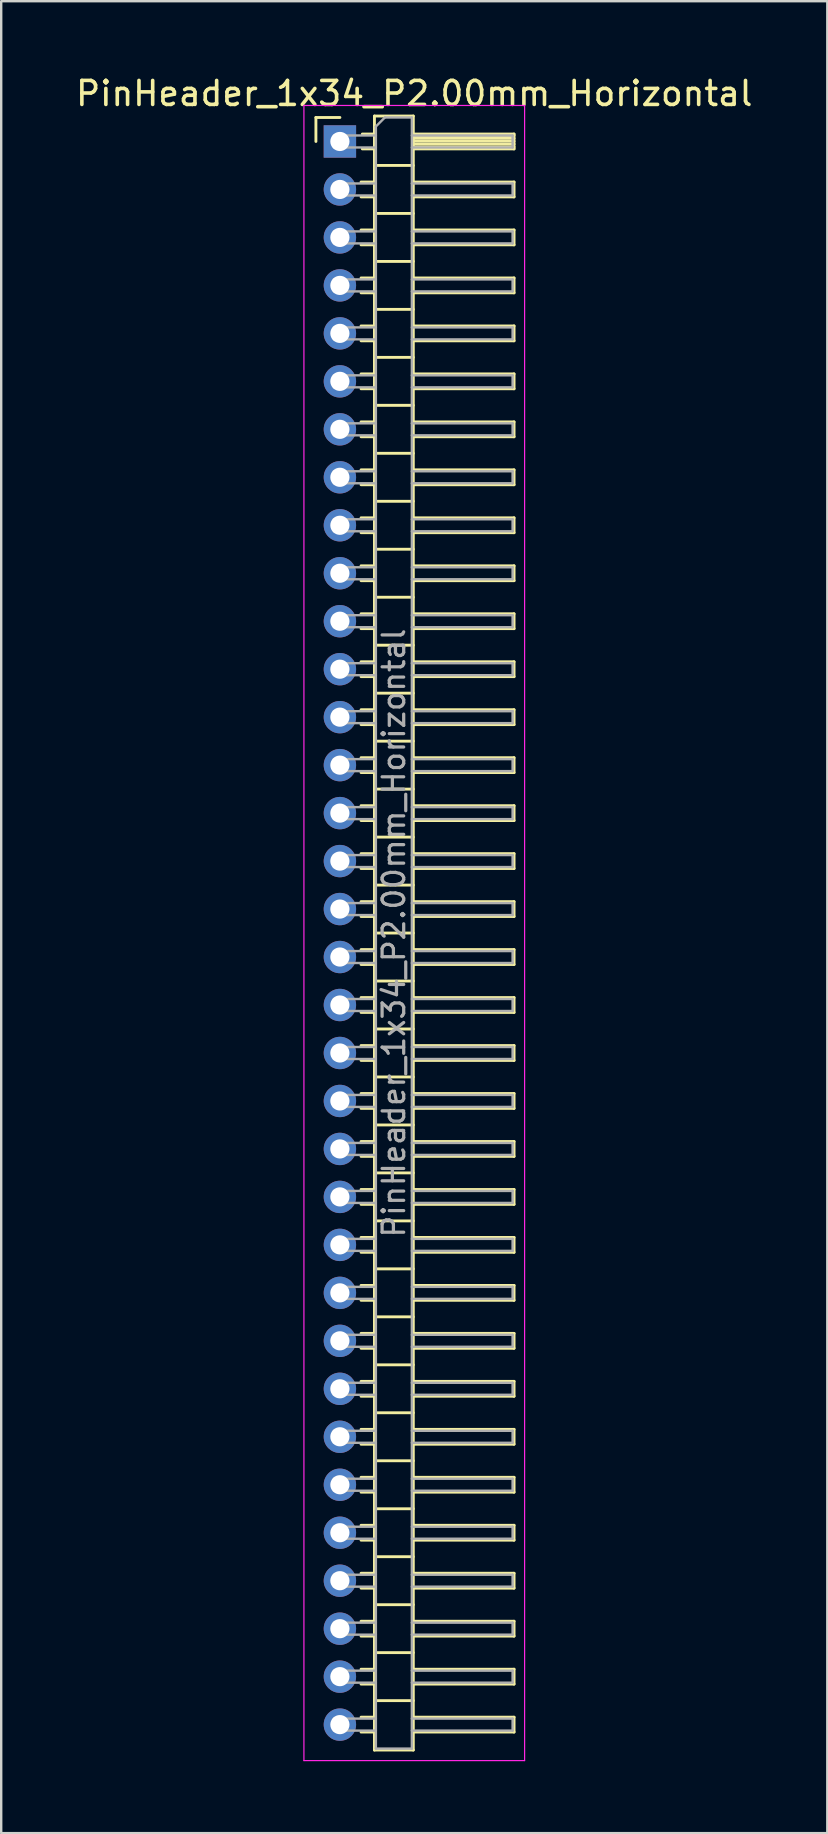
<source format=kicad_pcb>
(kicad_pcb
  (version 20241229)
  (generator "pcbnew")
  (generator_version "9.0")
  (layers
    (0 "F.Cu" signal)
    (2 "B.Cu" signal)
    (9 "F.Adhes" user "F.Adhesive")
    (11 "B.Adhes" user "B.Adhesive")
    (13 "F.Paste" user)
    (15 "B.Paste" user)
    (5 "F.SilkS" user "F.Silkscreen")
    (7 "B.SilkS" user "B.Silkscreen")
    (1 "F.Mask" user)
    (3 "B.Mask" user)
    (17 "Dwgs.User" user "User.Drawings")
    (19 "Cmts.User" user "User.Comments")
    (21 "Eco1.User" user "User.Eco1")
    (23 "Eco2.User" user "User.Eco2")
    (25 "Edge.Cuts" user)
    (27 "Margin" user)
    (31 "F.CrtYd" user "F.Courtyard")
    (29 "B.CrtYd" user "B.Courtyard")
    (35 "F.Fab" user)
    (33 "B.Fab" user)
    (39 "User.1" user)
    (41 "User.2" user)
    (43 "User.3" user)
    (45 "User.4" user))
  (footprint "PinHeader_1x34_P2.00mm_Horizontal"
    (layer "F.Cu")
    (at 11.12 2.848)
    (property "Reference" "PinHeader_1x34_P2.00mm_Horizontal" (at 3.1 -2 0) (layer "F.SilkS") (effects (font (size 1 1) (thickness 0.15))))
    (attr through_hole)
    (fp_line (start -1 -1) (end 0 -1) (stroke (width 0.12) (type solid)) (layer "F.SilkS"))
    (fp_line (start -1 0) (end -1 -1) (stroke (width 0.12) (type solid)) (layer "F.SilkS"))
    (fp_line (start 0.882 1.69) (end 1.44 1.69) (stroke (width 0.12) (type solid)) (layer "F.SilkS"))
    (fp_line (start 0.882 2.31) (end 1.44 2.31) (stroke (width 0.12) (type solid)) (layer "F.SilkS"))
    (fp_line (start 0.882 3.69) (end 1.44 3.69) (stroke (width 0.12) (type solid)) (layer "F.SilkS"))
    (fp_line (start 0.882 4.31) (end 1.44 4.31) (stroke (width 0.12) (type solid)) (layer "F.SilkS"))
    (fp_line (start 0.882 5.69) (end 1.44 5.69) (stroke (width 0.12) (type solid)) (layer "F.SilkS"))
    (fp_line (start 0.882 6.31) (end 1.44 6.31) (stroke (width 0.12) (type solid)) (layer "F.SilkS"))
    (fp_line (start 0.882 7.69) (end 1.44 7.69) (stroke (width 0.12) (type solid)) (layer "F.SilkS"))
    (fp_line (start 0.882 8.31) (end 1.44 8.31) (stroke (width 0.12) (type solid)) (layer "F.SilkS"))
    (fp_line (start 0.882 9.69) (end 1.44 9.69) (stroke (width 0.12) (type solid)) (layer "F.SilkS"))
    (fp_line (start 0.882 10.31) (end 1.44 10.31) (stroke (width 0.12) (type solid)) (layer "F.SilkS"))
    (fp_line (start 0.882 11.69) (end 1.44 11.69) (stroke (width 0.12) (type solid)) (layer "F.SilkS"))
    (fp_line (start 0.882 12.31) (end 1.44 12.31) (stroke (width 0.12) (type solid)) (layer "F.SilkS"))
    (fp_line (start 0.882 13.69) (end 1.44 13.69) (stroke (width 0.12) (type solid)) (layer "F.SilkS"))
    (fp_line (start 0.882 14.31) (end 1.44 14.31) (stroke (width 0.12) (type solid)) (layer "F.SilkS"))
    (fp_line (start 0.882 15.69) (end 1.44 15.69) (stroke (width 0.12) (type solid)) (layer "F.SilkS"))
    (fp_line (start 0.882 16.31) (end 1.44 16.31) (stroke (width 0.12) (type solid)) (layer "F.SilkS"))
    (fp_line (start 0.882 17.69) (end 1.44 17.69) (stroke (width 0.12) (type solid)) (layer "F.SilkS"))
    (fp_line (start 0.882 18.31) (end 1.44 18.31) (stroke (width 0.12) (type solid)) (layer "F.SilkS"))
    (fp_line (start 0.882 19.69) (end 1.44 19.69) (stroke (width 0.12) (type solid)) (layer "F.SilkS"))
    (fp_line (start 0.882 20.31) (end 1.44 20.31) (stroke (width 0.12) (type solid)) (layer "F.SilkS"))
    (fp_line (start 0.882 21.69) (end 1.44 21.69) (stroke (width 0.12) (type solid)) (layer "F.SilkS"))
    (fp_line (start 0.882 22.31) (end 1.44 22.31) (stroke (width 0.12) (type solid)) (layer "F.SilkS"))
    (fp_line (start 0.882 23.69) (end 1.44 23.69) (stroke (width 0.12) (type solid)) (layer "F.SilkS"))
    (fp_line (start 0.882 24.31) (end 1.44 24.31) (stroke (width 0.12) (type solid)) (layer "F.SilkS"))
    (fp_line (start 0.882 25.69) (end 1.44 25.69) (stroke (width 0.12) (type solid)) (layer "F.SilkS"))
    (fp_line (start 0.882 26.31) (end 1.44 26.31) (stroke (width 0.12) (type solid)) (layer "F.SilkS"))
    (fp_line (start 0.882 27.69) (end 1.44 27.69) (stroke (width 0.12) (type solid)) (layer "F.SilkS"))
    (fp_line (start 0.882 28.31) (end 1.44 28.31) (stroke (width 0.12) (type solid)) (layer "F.SilkS"))
    (fp_line (start 0.882 29.69) (end 1.44 29.69) (stroke (width 0.12) (type solid)) (layer "F.SilkS"))
    (fp_line (start 0.882 30.31) (end 1.44 30.31) (stroke (width 0.12) (type solid)) (layer "F.SilkS"))
    (fp_line (start 0.882 31.69) (end 1.44 31.69) (stroke (width 0.12) (type solid)) (layer "F.SilkS"))
    (fp_line (start 0.882 32.31) (end 1.44 32.31) (stroke (width 0.12) (type solid)) (layer "F.SilkS"))
    (fp_line (start 0.882 33.69) (end 1.44 33.69) (stroke (width 0.12) (type solid)) (layer "F.SilkS"))
    (fp_line (start 0.882 34.31) (end 1.44 34.31) (stroke (width 0.12) (type solid)) (layer "F.SilkS"))
    (fp_line (start 0.882 35.69) (end 1.44 35.69) (stroke (width 0.12) (type solid)) (layer "F.SilkS"))
    (fp_line (start 0.882 36.31) (end 1.44 36.31) (stroke (width 0.12) (type solid)) (layer "F.SilkS"))
    (fp_line (start 0.882 37.69) (end 1.44 37.69) (stroke (width 0.12) (type solid)) (layer "F.SilkS"))
    (fp_line (start 0.882 38.31) (end 1.44 38.31) (stroke (width 0.12) (type solid)) (layer "F.SilkS"))
    (fp_line (start 0.882 39.69) (end 1.44 39.69) (stroke (width 0.12) (type solid)) (layer "F.SilkS"))
    (fp_line (start 0.882 40.31) (end 1.44 40.31) (stroke (width 0.12) (type solid)) (layer "F.SilkS"))
    (fp_line (start 0.882 41.69) (end 1.44 41.69) (stroke (width 0.12) (type solid)) (layer "F.SilkS"))
    (fp_line (start 0.882 42.31) (end 1.44 42.31) (stroke (width 0.12) (type solid)) (layer "F.SilkS"))
    (fp_line (start 0.882 43.69) (end 1.44 43.69) (stroke (width 0.12) (type solid)) (layer "F.SilkS"))
    (fp_line (start 0.882 44.31) (end 1.44 44.31) (stroke (width 0.12) (type solid)) (layer "F.SilkS"))
    (fp_line (start 0.882 45.69) (end 1.44 45.69) (stroke (width 0.12) (type solid)) (layer "F.SilkS"))
    (fp_line (start 0.882 46.31) (end 1.44 46.31) (stroke (width 0.12) (type solid)) (layer "F.SilkS"))
    (fp_line (start 0.882 47.69) (end 1.44 47.69) (stroke (width 0.12) (type solid)) (layer "F.SilkS"))
    (fp_line (start 0.882 48.31) (end 1.44 48.31) (stroke (width 0.12) (type solid)) (layer "F.SilkS"))
    (fp_line (start 0.882 49.69) (end 1.44 49.69) (stroke (width 0.12) (type solid)) (layer "F.SilkS"))
    (fp_line (start 0.882 50.31) (end 1.44 50.31) (stroke (width 0.12) (type solid)) (layer "F.SilkS"))
    (fp_line (start 0.882 51.69) (end 1.44 51.69) (stroke (width 0.12) (type solid)) (layer "F.SilkS"))
    (fp_line (start 0.882 52.31) (end 1.44 52.31) (stroke (width 0.12) (type solid)) (layer "F.SilkS"))
    (fp_line (start 0.882 53.69) (end 1.44 53.69) (stroke (width 0.12) (type solid)) (layer "F.SilkS"))
    (fp_line (start 0.882 54.31) (end 1.44 54.31) (stroke (width 0.12) (type solid)) (layer "F.SilkS"))
    (fp_line (start 0.882 55.69) (end 1.44 55.69) (stroke (width 0.12) (type solid)) (layer "F.SilkS"))
    (fp_line (start 0.882 56.31) (end 1.44 56.31) (stroke (width 0.12) (type solid)) (layer "F.SilkS"))
    (fp_line (start 0.882 57.69) (end 1.44 57.69) (stroke (width 0.12) (type solid)) (layer "F.SilkS"))
    (fp_line (start 0.882 58.31) (end 1.44 58.31) (stroke (width 0.12) (type solid)) (layer "F.SilkS"))
    (fp_line (start 0.882 59.69) (end 1.44 59.69) (stroke (width 0.12) (type solid)) (layer "F.SilkS"))
    (fp_line (start 0.882 60.31) (end 1.44 60.31) (stroke (width 0.12) (type solid)) (layer "F.SilkS"))
    (fp_line (start 0.882 61.69) (end 1.44 61.69) (stroke (width 0.12) (type solid)) (layer "F.SilkS"))
    (fp_line (start 0.882 62.31) (end 1.44 62.31) (stroke (width 0.12) (type solid)) (layer "F.SilkS"))
    (fp_line (start 0.882 63.69) (end 1.44 63.69) (stroke (width 0.12) (type solid)) (layer "F.SilkS"))
    (fp_line (start 0.882 64.31) (end 1.44 64.31) (stroke (width 0.12) (type solid)) (layer "F.SilkS"))
    (fp_line (start 0.882 65.69) (end 1.44 65.69) (stroke (width 0.12) (type solid)) (layer "F.SilkS"))
    (fp_line (start 0.882 66.31) (end 1.44 66.31) (stroke (width 0.12) (type solid)) (layer "F.SilkS"))
    (fp_line (start 0.935 -0.31) (end 1.44 -0.31) (stroke (width 0.12) (type solid)) (layer "F.SilkS"))
    (fp_line (start 0.935 0.31) (end 1.44 0.31) (stroke (width 0.12) (type solid)) (layer "F.SilkS"))
    (fp_line (start 1.44 -1.06) (end 1.44 67.06) (stroke (width 0.12) (type solid)) (layer "F.SilkS"))
    (fp_line (start 1.44 1) (end 3.06 1) (stroke (width 0.12) (type solid)) (layer "F.SilkS"))
    (fp_line (start 1.44 3) (end 3.06 3) (stroke (width 0.12) (type solid)) (layer "F.SilkS"))
    (fp_line (start 1.44 5) (end 3.06 5) (stroke (width 0.12) (type solid)) (layer "F.SilkS"))
    (fp_line (start 1.44 7) (end 3.06 7) (stroke (width 0.12) (type solid)) (layer "F.SilkS"))
    (fp_line (start 1.44 9) (end 3.06 9) (stroke (width 0.12) (type solid)) (layer "F.SilkS"))
    (fp_line (start 1.44 11) (end 3.06 11) (stroke (width 0.12) (type solid)) (layer "F.SilkS"))
    (fp_line (start 1.44 13) (end 3.06 13) (stroke (width 0.12) (type solid)) (layer "F.SilkS"))
    (fp_line (start 1.44 15) (end 3.06 15) (stroke (width 0.12) (type solid)) (layer "F.SilkS"))
    (fp_line (start 1.44 17) (end 3.06 17) (stroke (width 0.12) (type solid)) (layer "F.SilkS"))
    (fp_line (start 1.44 19) (end 3.06 19) (stroke (width 0.12) (type solid)) (layer "F.SilkS"))
    (fp_line (start 1.44 21) (end 3.06 21) (stroke (width 0.12) (type solid)) (layer "F.SilkS"))
    (fp_line (start 1.44 23) (end 3.06 23) (stroke (width 0.12) (type solid)) (layer "F.SilkS"))
    (fp_line (start 1.44 25) (end 3.06 25) (stroke (width 0.12) (type solid)) (layer "F.SilkS"))
    (fp_line (start 1.44 27) (end 3.06 27) (stroke (width 0.12) (type solid)) (layer "F.SilkS"))
    (fp_line (start 1.44 29) (end 3.06 29) (stroke (width 0.12) (type solid)) (layer "F.SilkS"))
    (fp_line (start 1.44 31) (end 3.06 31) (stroke (width 0.12) (type solid)) (layer "F.SilkS"))
    (fp_line (start 1.44 33) (end 3.06 33) (stroke (width 0.12) (type solid)) (layer "F.SilkS"))
    (fp_line (start 1.44 35) (end 3.06 35) (stroke (width 0.12) (type solid)) (layer "F.SilkS"))
    (fp_line (start 1.44 37) (end 3.06 37) (stroke (width 0.12) (type solid)) (layer "F.SilkS"))
    (fp_line (start 1.44 39) (end 3.06 39) (stroke (width 0.12) (type solid)) (layer "F.SilkS"))
    (fp_line (start 1.44 41) (end 3.06 41) (stroke (width 0.12) (type solid)) (layer "F.SilkS"))
    (fp_line (start 1.44 43) (end 3.06 43) (stroke (width 0.12) (type solid)) (layer "F.SilkS"))
    (fp_line (start 1.44 45) (end 3.06 45) (stroke (width 0.12) (type solid)) (layer "F.SilkS"))
    (fp_line (start 1.44 47) (end 3.06 47) (stroke (width 0.12) (type solid)) (layer "F.SilkS"))
    (fp_line (start 1.44 49) (end 3.06 49) (stroke (width 0.12) (type solid)) (layer "F.SilkS"))
    (fp_line (start 1.44 51) (end 3.06 51) (stroke (width 0.12) (type solid)) (layer "F.SilkS"))
    (fp_line (start 1.44 53) (end 3.06 53) (stroke (width 0.12) (type solid)) (layer "F.SilkS"))
    (fp_line (start 1.44 55) (end 3.06 55) (stroke (width 0.12) (type solid)) (layer "F.SilkS"))
    (fp_line (start 1.44 57) (end 3.06 57) (stroke (width 0.12) (type solid)) (layer "F.SilkS"))
    (fp_line (start 1.44 59) (end 3.06 59) (stroke (width 0.12) (type solid)) (layer "F.SilkS"))
    (fp_line (start 1.44 61) (end 3.06 61) (stroke (width 0.12) (type solid)) (layer "F.SilkS"))
    (fp_line (start 1.44 63) (end 3.06 63) (stroke (width 0.12) (type solid)) (layer "F.SilkS"))
    (fp_line (start 1.44 65) (end 3.06 65) (stroke (width 0.12) (type solid)) (layer "F.SilkS"))
    (fp_line (start 1.44 67.06) (end 3.06 67.06) (stroke (width 0.12) (type solid)) (layer "F.SilkS"))
    (fp_line (start 3.06 -1.06) (end 1.44 -1.06) (stroke (width 0.12) (type solid)) (layer "F.SilkS"))
    (fp_line (start 3.06 -0.31) (end 7.26 -0.31) (stroke (width 0.12) (type solid)) (layer "F.SilkS"))
    (fp_line (start 3.06 -0.25) (end 7.26 -0.25) (stroke (width 0.12) (type solid)) (layer "F.SilkS"))
    (fp_line (start 3.06 -0.13) (end 7.26 -0.13) (stroke (width 0.12) (type solid)) (layer "F.SilkS"))
    (fp_line (start 3.06 -0.01) (end 7.26 -0.01) (stroke (width 0.12) (type solid)) (layer "F.SilkS"))
    (fp_line (start 3.06 0.11) (end 7.26 0.11) (stroke (width 0.12) (type solid)) (layer "F.SilkS"))
    (fp_line (start 3.06 0.23) (end 7.26 0.23) (stroke (width 0.12) (type solid)) (layer "F.SilkS"))
    (fp_line (start 3.06 1.69) (end 7.26 1.69) (stroke (width 0.12) (type solid)) (layer "F.SilkS"))
    (fp_line (start 3.06 3.69) (end 7.26 3.69) (stroke (width 0.12) (type solid)) (layer "F.SilkS"))
    (fp_line (start 3.06 5.69) (end 7.26 5.69) (stroke (width 0.12) (type solid)) (layer "F.SilkS"))
    (fp_line (start 3.06 7.69) (end 7.26 7.69) (stroke (width 0.12) (type solid)) (layer "F.SilkS"))
    (fp_line (start 3.06 9.69) (end 7.26 9.69) (stroke (width 0.12) (type solid)) (layer "F.SilkS"))
    (fp_line (start 3.06 11.69) (end 7.26 11.69) (stroke (width 0.12) (type solid)) (layer "F.SilkS"))
    (fp_line (start 3.06 13.69) (end 7.26 13.69) (stroke (width 0.12) (type solid)) (layer "F.SilkS"))
    (fp_line (start 3.06 15.69) (end 7.26 15.69) (stroke (width 0.12) (type solid)) (layer "F.SilkS"))
    (fp_line (start 3.06 17.69) (end 7.26 17.69) (stroke (width 0.12) (type solid)) (layer "F.SilkS"))
    (fp_line (start 3.06 19.69) (end 7.26 19.69) (stroke (width 0.12) (type solid)) (layer "F.SilkS"))
    (fp_line (start 3.06 21.69) (end 7.26 21.69) (stroke (width 0.12) (type solid)) (layer "F.SilkS"))
    (fp_line (start 3.06 23.69) (end 7.26 23.69) (stroke (width 0.12) (type solid)) (layer "F.SilkS"))
    (fp_line (start 3.06 25.69) (end 7.26 25.69) (stroke (width 0.12) (type solid)) (layer "F.SilkS"))
    (fp_line (start 3.06 27.69) (end 7.26 27.69) (stroke (width 0.12) (type solid)) (layer "F.SilkS"))
    (fp_line (start 3.06 29.69) (end 7.26 29.69) (stroke (width 0.12) (type solid)) (layer "F.SilkS"))
    (fp_line (start 3.06 31.69) (end 7.26 31.69) (stroke (width 0.12) (type solid)) (layer "F.SilkS"))
    (fp_line (start 3.06 33.69) (end 7.26 33.69) (stroke (width 0.12) (type solid)) (layer "F.SilkS"))
    (fp_line (start 3.06 35.69) (end 7.26 35.69) (stroke (width 0.12) (type solid)) (layer "F.SilkS"))
    (fp_line (start 3.06 37.69) (end 7.26 37.69) (stroke (width 0.12) (type solid)) (layer "F.SilkS"))
    (fp_line (start 3.06 39.69) (end 7.26 39.69) (stroke (width 0.12) (type solid)) (layer "F.SilkS"))
    (fp_line (start 3.06 41.69) (end 7.26 41.69) (stroke (width 0.12) (type solid)) (layer "F.SilkS"))
    (fp_line (start 3.06 43.69) (end 7.26 43.69) (stroke (width 0.12) (type solid)) (layer "F.SilkS"))
    (fp_line (start 3.06 45.69) (end 7.26 45.69) (stroke (width 0.12) (type solid)) (layer "F.SilkS"))
    (fp_line (start 3.06 47.69) (end 7.26 47.69) (stroke (width 0.12) (type solid)) (layer "F.SilkS"))
    (fp_line (start 3.06 49.69) (end 7.26 49.69) (stroke (width 0.12) (type solid)) (layer "F.SilkS"))
    (fp_line (start 3.06 51.69) (end 7.26 51.69) (stroke (width 0.12) (type solid)) (layer "F.SilkS"))
    (fp_line (start 3.06 53.69) (end 7.26 53.69) (stroke (width 0.12) (type solid)) (layer "F.SilkS"))
    (fp_line (start 3.06 55.69) (end 7.26 55.69) (stroke (width 0.12) (type solid)) (layer "F.SilkS"))
    (fp_line (start 3.06 57.69) (end 7.26 57.69) (stroke (width 0.12) (type solid)) (layer "F.SilkS"))
    (fp_line (start 3.06 59.69) (end 7.26 59.69) (stroke (width 0.12) (type solid)) (layer "F.SilkS"))
    (fp_line (start 3.06 61.69) (end 7.26 61.69) (stroke (width 0.12) (type solid)) (layer "F.SilkS"))
    (fp_line (start 3.06 63.69) (end 7.26 63.69) (stroke (width 0.12) (type solid)) (layer "F.SilkS"))
    (fp_line (start 3.06 65.69) (end 7.26 65.69) (stroke (width 0.12) (type solid)) (layer "F.SilkS"))
    (fp_line (start 3.06 67.06) (end 3.06 -1.06) (stroke (width 0.12) (type solid)) (layer "F.SilkS"))
    (fp_line (start 7.26 -0.31) (end 7.26 0.31) (stroke (width 0.12) (type solid)) (layer "F.SilkS"))
    (fp_line (start 7.26 0.31) (end 3.06 0.31) (stroke (width 0.12) (type solid)) (layer "F.SilkS"))
    (fp_line (start 7.26 1.69) (end 7.26 2.31) (stroke (width 0.12) (type solid)) (layer "F.SilkS"))
    (fp_line (start 7.26 2.31) (end 3.06 2.31) (stroke (width 0.12) (type solid)) (layer "F.SilkS"))
    (fp_line (start 7.26 3.69) (end 7.26 4.31) (stroke (width 0.12) (type solid)) (layer "F.SilkS"))
    (fp_line (start 7.26 4.31) (end 3.06 4.31) (stroke (width 0.12) (type solid)) (layer "F.SilkS"))
    (fp_line (start 7.26 5.69) (end 7.26 6.31) (stroke (width 0.12) (type solid)) (layer "F.SilkS"))
    (fp_line (start 7.26 6.31) (end 3.06 6.31) (stroke (width 0.12) (type solid)) (layer "F.SilkS"))
    (fp_line (start 7.26 7.69) (end 7.26 8.31) (stroke (width 0.12) (type solid)) (layer "F.SilkS"))
    (fp_line (start 7.26 8.31) (end 3.06 8.31) (stroke (width 0.12) (type solid)) (layer "F.SilkS"))
    (fp_line (start 7.26 9.69) (end 7.26 10.31) (stroke (width 0.12) (type solid)) (layer "F.SilkS"))
    (fp_line (start 7.26 10.31) (end 3.06 10.31) (stroke (width 0.12) (type solid)) (layer "F.SilkS"))
    (fp_line (start 7.26 11.69) (end 7.26 12.31) (stroke (width 0.12) (type solid)) (layer "F.SilkS"))
    (fp_line (start 7.26 12.31) (end 3.06 12.31) (stroke (width 0.12) (type solid)) (layer "F.SilkS"))
    (fp_line (start 7.26 13.69) (end 7.26 14.31) (stroke (width 0.12) (type solid)) (layer "F.SilkS"))
    (fp_line (start 7.26 14.31) (end 3.06 14.31) (stroke (width 0.12) (type solid)) (layer "F.SilkS"))
    (fp_line (start 7.26 15.69) (end 7.26 16.31) (stroke (width 0.12) (type solid)) (layer "F.SilkS"))
    (fp_line (start 7.26 16.31) (end 3.06 16.31) (stroke (width 0.12) (type solid)) (layer "F.SilkS"))
    (fp_line (start 7.26 17.69) (end 7.26 18.31) (stroke (width 0.12) (type solid)) (layer "F.SilkS"))
    (fp_line (start 7.26 18.31) (end 3.06 18.31) (stroke (width 0.12) (type solid)) (layer "F.SilkS"))
    (fp_line (start 7.26 19.69) (end 7.26 20.31) (stroke (width 0.12) (type solid)) (layer "F.SilkS"))
    (fp_line (start 7.26 20.31) (end 3.06 20.31) (stroke (width 0.12) (type solid)) (layer "F.SilkS"))
    (fp_line (start 7.26 21.69) (end 7.26 22.31) (stroke (width 0.12) (type solid)) (layer "F.SilkS"))
    (fp_line (start 7.26 22.31) (end 3.06 22.31) (stroke (width 0.12) (type solid)) (layer "F.SilkS"))
    (fp_line (start 7.26 23.69) (end 7.26 24.31) (stroke (width 0.12) (type solid)) (layer "F.SilkS"))
    (fp_line (start 7.26 24.31) (end 3.06 24.31) (stroke (width 0.12) (type solid)) (layer "F.SilkS"))
    (fp_line (start 7.26 25.69) (end 7.26 26.31) (stroke (width 0.12) (type solid)) (layer "F.SilkS"))
    (fp_line (start 7.26 26.31) (end 3.06 26.31) (stroke (width 0.12) (type solid)) (layer "F.SilkS"))
    (fp_line (start 7.26 27.69) (end 7.26 28.31) (stroke (width 0.12) (type solid)) (layer "F.SilkS"))
    (fp_line (start 7.26 28.31) (end 3.06 28.31) (stroke (width 0.12) (type solid)) (layer "F.SilkS"))
    (fp_line (start 7.26 29.69) (end 7.26 30.31) (stroke (width 0.12) (type solid)) (layer "F.SilkS"))
    (fp_line (start 7.26 30.31) (end 3.06 30.31) (stroke (width 0.12) (type solid)) (layer "F.SilkS"))
    (fp_line (start 7.26 31.69) (end 7.26 32.31) (stroke (width 0.12) (type solid)) (layer "F.SilkS"))
    (fp_line (start 7.26 32.31) (end 3.06 32.31) (stroke (width 0.12) (type solid)) (layer "F.SilkS"))
    (fp_line (start 7.26 33.69) (end 7.26 34.31) (stroke (width 0.12) (type solid)) (layer "F.SilkS"))
    (fp_line (start 7.26 34.31) (end 3.06 34.31) (stroke (width 0.12) (type solid)) (layer "F.SilkS"))
    (fp_line (start 7.26 35.69) (end 7.26 36.31) (stroke (width 0.12) (type solid)) (layer "F.SilkS"))
    (fp_line (start 7.26 36.31) (end 3.06 36.31) (stroke (width 0.12) (type solid)) (layer "F.SilkS"))
    (fp_line (start 7.26 37.69) (end 7.26 38.31) (stroke (width 0.12) (type solid)) (layer "F.SilkS"))
    (fp_line (start 7.26 38.31) (end 3.06 38.31) (stroke (width 0.12) (type solid)) (layer "F.SilkS"))
    (fp_line (start 7.26 39.69) (end 7.26 40.31) (stroke (width 0.12) (type solid)) (layer "F.SilkS"))
    (fp_line (start 7.26 40.31) (end 3.06 40.31) (stroke (width 0.12) (type solid)) (layer "F.SilkS"))
    (fp_line (start 7.26 41.69) (end 7.26 42.31) (stroke (width 0.12) (type solid)) (layer "F.SilkS"))
    (fp_line (start 7.26 42.31) (end 3.06 42.31) (stroke (width 0.12) (type solid)) (layer "F.SilkS"))
    (fp_line (start 7.26 43.69) (end 7.26 44.31) (stroke (width 0.12) (type solid)) (layer "F.SilkS"))
    (fp_line (start 7.26 44.31) (end 3.06 44.31) (stroke (width 0.12) (type solid)) (layer "F.SilkS"))
    (fp_line (start 7.26 45.69) (end 7.26 46.31) (stroke (width 0.12) (type solid)) (layer "F.SilkS"))
    (fp_line (start 7.26 46.31) (end 3.06 46.31) (stroke (width 0.12) (type solid)) (layer "F.SilkS"))
    (fp_line (start 7.26 47.69) (end 7.26 48.31) (stroke (width 0.12) (type solid)) (layer "F.SilkS"))
    (fp_line (start 7.26 48.31) (end 3.06 48.31) (stroke (width 0.12) (type solid)) (layer "F.SilkS"))
    (fp_line (start 7.26 49.69) (end 7.26 50.31) (stroke (width 0.12) (type solid)) (layer "F.SilkS"))
    (fp_line (start 7.26 50.31) (end 3.06 50.31) (stroke (width 0.12) (type solid)) (layer "F.SilkS"))
    (fp_line (start 7.26 51.69) (end 7.26 52.31) (stroke (width 0.12) (type solid)) (layer "F.SilkS"))
    (fp_line (start 7.26 52.31) (end 3.06 52.31) (stroke (width 0.12) (type solid)) (layer "F.SilkS"))
    (fp_line (start 7.26 53.69) (end 7.26 54.31) (stroke (width 0.12) (type solid)) (layer "F.SilkS"))
    (fp_line (start 7.26 54.31) (end 3.06 54.31) (stroke (width 0.12) (type solid)) (layer "F.SilkS"))
    (fp_line (start 7.26 55.69) (end 7.26 56.31) (stroke (width 0.12) (type solid)) (layer "F.SilkS"))
    (fp_line (start 7.26 56.31) (end 3.06 56.31) (stroke (width 0.12) (type solid)) (layer "F.SilkS"))
    (fp_line (start 7.26 57.69) (end 7.26 58.31) (stroke (width 0.12) (type solid)) (layer "F.SilkS"))
    (fp_line (start 7.26 58.31) (end 3.06 58.31) (stroke (width 0.12) (type solid)) (layer "F.SilkS"))
    (fp_line (start 7.26 59.69) (end 7.26 60.31) (stroke (width 0.12) (type solid)) (layer "F.SilkS"))
    (fp_line (start 7.26 60.31) (end 3.06 60.31) (stroke (width 0.12) (type solid)) (layer "F.SilkS"))
    (fp_line (start 7.26 61.69) (end 7.26 62.31) (stroke (width 0.12) (type solid)) (layer "F.SilkS"))
    (fp_line (start 7.26 62.31) (end 3.06 62.31) (stroke (width 0.12) (type solid)) (layer "F.SilkS"))
    (fp_line (start 7.26 63.69) (end 7.26 64.31) (stroke (width 0.12) (type solid)) (layer "F.SilkS"))
    (fp_line (start 7.26 64.31) (end 3.06 64.31) (stroke (width 0.12) (type solid)) (layer "F.SilkS"))
    (fp_line (start 7.26 65.69) (end 7.26 66.31) (stroke (width 0.12) (type solid)) (layer "F.SilkS"))
    (fp_line (start 7.26 66.31) (end 3.06 66.31) (stroke (width 0.12) (type solid)) (layer "F.SilkS"))
    (fp_line (start -1.5 -1.5) (end -1.5 67.5) (stroke (width 0.05) (type solid)) (layer "F.CrtYd"))
    (fp_line (start -1.5 67.5) (end 7.7 67.5) (stroke (width 0.05) (type solid)) (layer "F.CrtYd"))
    (fp_line (start 7.7 -1.5) (end -1.5 -1.5) (stroke (width 0.05) (type solid)) (layer "F.CrtYd"))
    (fp_line (start 7.7 67.5) (end 7.7 -1.5) (stroke (width 0.05) (type solid)) (layer "F.CrtYd"))
    (fp_line (start -0.25 -0.25) (end -0.25 0.25) (stroke (width 0.1) (type solid)) (layer "F.Fab"))
    (fp_line (start -0.25 -0.25) (end 1.5 -0.25) (stroke (width 0.1) (type solid)) (layer "F.Fab"))
    (fp_line (start -0.25 0.25) (end 1.5 0.25) (stroke (width 0.1) (type solid)) (layer "F.Fab"))
    (fp_line (start -0.25 1.75) (end -0.25 2.25) (stroke (width 0.1) (type solid)) (layer "F.Fab"))
    (fp_line (start -0.25 1.75) (end 1.5 1.75) (stroke (width 0.1) (type solid)) (layer "F.Fab"))
    (fp_line (start -0.25 2.25) (end 1.5 2.25) (stroke (width 0.1) (type solid)) (layer "F.Fab"))
    (fp_line (start -0.25 3.75) (end -0.25 4.25) (stroke (width 0.1) (type solid)) (layer "F.Fab"))
    (fp_line (start -0.25 3.75) (end 1.5 3.75) (stroke (width 0.1) (type solid)) (layer "F.Fab"))
    (fp_line (start -0.25 4.25) (end 1.5 4.25) (stroke (width 0.1) (type solid)) (layer "F.Fab"))
    (fp_line (start -0.25 5.75) (end -0.25 6.25) (stroke (width 0.1) (type solid)) (layer "F.Fab"))
    (fp_line (start -0.25 5.75) (end 1.5 5.75) (stroke (width 0.1) (type solid)) (layer "F.Fab"))
    (fp_line (start -0.25 6.25) (end 1.5 6.25) (stroke (width 0.1) (type solid)) (layer "F.Fab"))
    (fp_line (start -0.25 7.75) (end -0.25 8.25) (stroke (width 0.1) (type solid)) (layer "F.Fab"))
    (fp_line (start -0.25 7.75) (end 1.5 7.75) (stroke (width 0.1) (type solid)) (layer "F.Fab"))
    (fp_line (start -0.25 8.25) (end 1.5 8.25) (stroke (width 0.1) (type solid)) (layer "F.Fab"))
    (fp_line (start -0.25 9.75) (end -0.25 10.25) (stroke (width 0.1) (type solid)) (layer "F.Fab"))
    (fp_line (start -0.25 9.75) (end 1.5 9.75) (stroke (width 0.1) (type solid)) (layer "F.Fab"))
    (fp_line (start -0.25 10.25) (end 1.5 10.25) (stroke (width 0.1) (type solid)) (layer "F.Fab"))
    (fp_line (start -0.25 11.75) (end -0.25 12.25) (stroke (width 0.1) (type solid)) (layer "F.Fab"))
    (fp_line (start -0.25 11.75) (end 1.5 11.75) (stroke (width 0.1) (type solid)) (layer "F.Fab"))
    (fp_line (start -0.25 12.25) (end 1.5 12.25) (stroke (width 0.1) (type solid)) (layer "F.Fab"))
    (fp_line (start -0.25 13.75) (end -0.25 14.25) (stroke (width 0.1) (type solid)) (layer "F.Fab"))
    (fp_line (start -0.25 13.75) (end 1.5 13.75) (stroke (width 0.1) (type solid)) (layer "F.Fab"))
    (fp_line (start -0.25 14.25) (end 1.5 14.25) (stroke (width 0.1) (type solid)) (layer "F.Fab"))
    (fp_line (start -0.25 15.75) (end -0.25 16.25) (stroke (width 0.1) (type solid)) (layer "F.Fab"))
    (fp_line (start -0.25 15.75) (end 1.5 15.75) (stroke (width 0.1) (type solid)) (layer "F.Fab"))
    (fp_line (start -0.25 16.25) (end 1.5 16.25) (stroke (width 0.1) (type solid)) (layer "F.Fab"))
    (fp_line (start -0.25 17.75) (end -0.25 18.25) (stroke (width 0.1) (type solid)) (layer "F.Fab"))
    (fp_line (start -0.25 17.75) (end 1.5 17.75) (stroke (width 0.1) (type solid)) (layer "F.Fab"))
    (fp_line (start -0.25 18.25) (end 1.5 18.25) (stroke (width 0.1) (type solid)) (layer "F.Fab"))
    (fp_line (start -0.25 19.75) (end -0.25 20.25) (stroke (width 0.1) (type solid)) (layer "F.Fab"))
    (fp_line (start -0.25 19.75) (end 1.5 19.75) (stroke (width 0.1) (type solid)) (layer "F.Fab"))
    (fp_line (start -0.25 20.25) (end 1.5 20.25) (stroke (width 0.1) (type solid)) (layer "F.Fab"))
    (fp_line (start -0.25 21.75) (end -0.25 22.25) (stroke (width 0.1) (type solid)) (layer "F.Fab"))
    (fp_line (start -0.25 21.75) (end 1.5 21.75) (stroke (width 0.1) (type solid)) (layer "F.Fab"))
    (fp_line (start -0.25 22.25) (end 1.5 22.25) (stroke (width 0.1) (type solid)) (layer "F.Fab"))
    (fp_line (start -0.25 23.75) (end -0.25 24.25) (stroke (width 0.1) (type solid)) (layer "F.Fab"))
    (fp_line (start -0.25 23.75) (end 1.5 23.75) (stroke (width 0.1) (type solid)) (layer "F.Fab"))
    (fp_line (start -0.25 24.25) (end 1.5 24.25) (stroke (width 0.1) (type solid)) (layer "F.Fab"))
    (fp_line (start -0.25 25.75) (end -0.25 26.25) (stroke (width 0.1) (type solid)) (layer "F.Fab"))
    (fp_line (start -0.25 25.75) (end 1.5 25.75) (stroke (width 0.1) (type solid)) (layer "F.Fab"))
    (fp_line (start -0.25 26.25) (end 1.5 26.25) (stroke (width 0.1) (type solid)) (layer "F.Fab"))
    (fp_line (start -0.25 27.75) (end -0.25 28.25) (stroke (width 0.1) (type solid)) (layer "F.Fab"))
    (fp_line (start -0.25 27.75) (end 1.5 27.75) (stroke (width 0.1) (type solid)) (layer "F.Fab"))
    (fp_line (start -0.25 28.25) (end 1.5 28.25) (stroke (width 0.1) (type solid)) (layer "F.Fab"))
    (fp_line (start -0.25 29.75) (end -0.25 30.25) (stroke (width 0.1) (type solid)) (layer "F.Fab"))
    (fp_line (start -0.25 29.75) (end 1.5 29.75) (stroke (width 0.1) (type solid)) (layer "F.Fab"))
    (fp_line (start -0.25 30.25) (end 1.5 30.25) (stroke (width 0.1) (type solid)) (layer "F.Fab"))
    (fp_line (start -0.25 31.75) (end -0.25 32.25) (stroke (width 0.1) (type solid)) (layer "F.Fab"))
    (fp_line (start -0.25 31.75) (end 1.5 31.75) (stroke (width 0.1) (type solid)) (layer "F.Fab"))
    (fp_line (start -0.25 32.25) (end 1.5 32.25) (stroke (width 0.1) (type solid)) (layer "F.Fab"))
    (fp_line (start -0.25 33.75) (end -0.25 34.25) (stroke (width 0.1) (type solid)) (layer "F.Fab"))
    (fp_line (start -0.25 33.75) (end 1.5 33.75) (stroke (width 0.1) (type solid)) (layer "F.Fab"))
    (fp_line (start -0.25 34.25) (end 1.5 34.25) (stroke (width 0.1) (type solid)) (layer "F.Fab"))
    (fp_line (start -0.25 35.75) (end -0.25 36.25) (stroke (width 0.1) (type solid)) (layer "F.Fab"))
    (fp_line (start -0.25 35.75) (end 1.5 35.75) (stroke (width 0.1) (type solid)) (layer "F.Fab"))
    (fp_line (start -0.25 36.25) (end 1.5 36.25) (stroke (width 0.1) (type solid)) (layer "F.Fab"))
    (fp_line (start -0.25 37.75) (end -0.25 38.25) (stroke (width 0.1) (type solid)) (layer "F.Fab"))
    (fp_line (start -0.25 37.75) (end 1.5 37.75) (stroke (width 0.1) (type solid)) (layer "F.Fab"))
    (fp_line (start -0.25 38.25) (end 1.5 38.25) (stroke (width 0.1) (type solid)) (layer "F.Fab"))
    (fp_line (start -0.25 39.75) (end -0.25 40.25) (stroke (width 0.1) (type solid)) (layer "F.Fab"))
    (fp_line (start -0.25 39.75) (end 1.5 39.75) (stroke (width 0.1) (type solid)) (layer "F.Fab"))
    (fp_line (start -0.25 40.25) (end 1.5 40.25) (stroke (width 0.1) (type solid)) (layer "F.Fab"))
    (fp_line (start -0.25 41.75) (end -0.25 42.25) (stroke (width 0.1) (type solid)) (layer "F.Fab"))
    (fp_line (start -0.25 41.75) (end 1.5 41.75) (stroke (width 0.1) (type solid)) (layer "F.Fab"))
    (fp_line (start -0.25 42.25) (end 1.5 42.25) (stroke (width 0.1) (type solid)) (layer "F.Fab"))
    (fp_line (start -0.25 43.75) (end -0.25 44.25) (stroke (width 0.1) (type solid)) (layer "F.Fab"))
    (fp_line (start -0.25 43.75) (end 1.5 43.75) (stroke (width 0.1) (type solid)) (layer "F.Fab"))
    (fp_line (start -0.25 44.25) (end 1.5 44.25) (stroke (width 0.1) (type solid)) (layer "F.Fab"))
    (fp_line (start -0.25 45.75) (end -0.25 46.25) (stroke (width 0.1) (type solid)) (layer "F.Fab"))
    (fp_line (start -0.25 45.75) (end 1.5 45.75) (stroke (width 0.1) (type solid)) (layer "F.Fab"))
    (fp_line (start -0.25 46.25) (end 1.5 46.25) (stroke (width 0.1) (type solid)) (layer "F.Fab"))
    (fp_line (start -0.25 47.75) (end -0.25 48.25) (stroke (width 0.1) (type solid)) (layer "F.Fab"))
    (fp_line (start -0.25 47.75) (end 1.5 47.75) (stroke (width 0.1) (type solid)) (layer "F.Fab"))
    (fp_line (start -0.25 48.25) (end 1.5 48.25) (stroke (width 0.1) (type solid)) (layer "F.Fab"))
    (fp_line (start -0.25 49.75) (end -0.25 50.25) (stroke (width 0.1) (type solid)) (layer "F.Fab"))
    (fp_line (start -0.25 49.75) (end 1.5 49.75) (stroke (width 0.1) (type solid)) (layer "F.Fab"))
    (fp_line (start -0.25 50.25) (end 1.5 50.25) (stroke (width 0.1) (type solid)) (layer "F.Fab"))
    (fp_line (start -0.25 51.75) (end -0.25 52.25) (stroke (width 0.1) (type solid)) (layer "F.Fab"))
    (fp_line (start -0.25 51.75) (end 1.5 51.75) (stroke (width 0.1) (type solid)) (layer "F.Fab"))
    (fp_line (start -0.25 52.25) (end 1.5 52.25) (stroke (width 0.1) (type solid)) (layer "F.Fab"))
    (fp_line (start -0.25 53.75) (end -0.25 54.25) (stroke (width 0.1) (type solid)) (layer "F.Fab"))
    (fp_line (start -0.25 53.75) (end 1.5 53.75) (stroke (width 0.1) (type solid)) (layer "F.Fab"))
    (fp_line (start -0.25 54.25) (end 1.5 54.25) (stroke (width 0.1) (type solid)) (layer "F.Fab"))
    (fp_line (start -0.25 55.75) (end -0.25 56.25) (stroke (width 0.1) (type solid)) (layer "F.Fab"))
    (fp_line (start -0.25 55.75) (end 1.5 55.75) (stroke (width 0.1) (type solid)) (layer "F.Fab"))
    (fp_line (start -0.25 56.25) (end 1.5 56.25) (stroke (width 0.1) (type solid)) (layer "F.Fab"))
    (fp_line (start -0.25 57.75) (end -0.25 58.25) (stroke (width 0.1) (type solid)) (layer "F.Fab"))
    (fp_line (start -0.25 57.75) (end 1.5 57.75) (stroke (width 0.1) (type solid)) (layer "F.Fab"))
    (fp_line (start -0.25 58.25) (end 1.5 58.25) (stroke (width 0.1) (type solid)) (layer "F.Fab"))
    (fp_line (start -0.25 59.75) (end -0.25 60.25) (stroke (width 0.1) (type solid)) (layer "F.Fab"))
    (fp_line (start -0.25 59.75) (end 1.5 59.75) (stroke (width 0.1) (type solid)) (layer "F.Fab"))
    (fp_line (start -0.25 60.25) (end 1.5 60.25) (stroke (width 0.1) (type solid)) (layer "F.Fab"))
    (fp_line (start -0.25 61.75) (end -0.25 62.25) (stroke (width 0.1) (type solid)) (layer "F.Fab"))
    (fp_line (start -0.25 61.75) (end 1.5 61.75) (stroke (width 0.1) (type solid)) (layer "F.Fab"))
    (fp_line (start -0.25 62.25) (end 1.5 62.25) (stroke (width 0.1) (type solid)) (layer "F.Fab"))
    (fp_line (start -0.25 63.75) (end -0.25 64.25) (stroke (width 0.1) (type solid)) (layer "F.Fab"))
    (fp_line (start -0.25 63.75) (end 1.5 63.75) (stroke (width 0.1) (type solid)) (layer "F.Fab"))
    (fp_line (start -0.25 64.25) (end 1.5 64.25) (stroke (width 0.1) (type solid)) (layer "F.Fab"))
    (fp_line (start -0.25 65.75) (end -0.25 66.25) (stroke (width 0.1) (type solid)) (layer "F.Fab"))
    (fp_line (start -0.25 65.75) (end 1.5 65.75) (stroke (width 0.1) (type solid)) (layer "F.Fab"))
    (fp_line (start -0.25 66.25) (end 1.5 66.25) (stroke (width 0.1) (type solid)) (layer "F.Fab"))
    (fp_line (start 1.5 -0.625) (end 1.875 -1) (stroke (width 0.1) (type solid)) (layer "F.Fab"))
    (fp_line (start 1.5 67) (end 1.5 -0.625) (stroke (width 0.1) (type solid)) (layer "F.Fab"))
    (fp_line (start 1.875 -1) (end 3 -1) (stroke (width 0.1) (type solid)) (layer "F.Fab"))
    (fp_line (start 3 -1) (end 3 67) (stroke (width 0.1) (type solid)) (layer "F.Fab"))
    (fp_line (start 3 -0.25) (end 7.2 -0.25) (stroke (width 0.1) (type solid)) (layer "F.Fab"))
    (fp_line (start 3 0.25) (end 7.2 0.25) (stroke (width 0.1) (type solid)) (layer "F.Fab"))
    (fp_line (start 3 1.75) (end 7.2 1.75) (stroke (width 0.1) (type solid)) (layer "F.Fab"))
    (fp_line (start 3 2.25) (end 7.2 2.25) (stroke (width 0.1) (type solid)) (layer "F.Fab"))
    (fp_line (start 3 3.75) (end 7.2 3.75) (stroke (width 0.1) (type solid)) (layer "F.Fab"))
    (fp_line (start 3 4.25) (end 7.2 4.25) (stroke (width 0.1) (type solid)) (layer "F.Fab"))
    (fp_line (start 3 5.75) (end 7.2 5.75) (stroke (width 0.1) (type solid)) (layer "F.Fab"))
    (fp_line (start 3 6.25) (end 7.2 6.25) (stroke (width 0.1) (type solid)) (layer "F.Fab"))
    (fp_line (start 3 7.75) (end 7.2 7.75) (stroke (width 0.1) (type solid)) (layer "F.Fab"))
    (fp_line (start 3 8.25) (end 7.2 8.25) (stroke (width 0.1) (type solid)) (layer "F.Fab"))
    (fp_line (start 3 9.75) (end 7.2 9.75) (stroke (width 0.1) (type solid)) (layer "F.Fab"))
    (fp_line (start 3 10.25) (end 7.2 10.25) (stroke (width 0.1) (type solid)) (layer "F.Fab"))
    (fp_line (start 3 11.75) (end 7.2 11.75) (stroke (width 0.1) (type solid)) (layer "F.Fab"))
    (fp_line (start 3 12.25) (end 7.2 12.25) (stroke (width 0.1) (type solid)) (layer "F.Fab"))
    (fp_line (start 3 13.75) (end 7.2 13.75) (stroke (width 0.1) (type solid)) (layer "F.Fab"))
    (fp_line (start 3 14.25) (end 7.2 14.25) (stroke (width 0.1) (type solid)) (layer "F.Fab"))
    (fp_line (start 3 15.75) (end 7.2 15.75) (stroke (width 0.1) (type solid)) (layer "F.Fab"))
    (fp_line (start 3 16.25) (end 7.2 16.25) (stroke (width 0.1) (type solid)) (layer "F.Fab"))
    (fp_line (start 3 17.75) (end 7.2 17.75) (stroke (width 0.1) (type solid)) (layer "F.Fab"))
    (fp_line (start 3 18.25) (end 7.2 18.25) (stroke (width 0.1) (type solid)) (layer "F.Fab"))
    (fp_line (start 3 19.75) (end 7.2 19.75) (stroke (width 0.1) (type solid)) (layer "F.Fab"))
    (fp_line (start 3 20.25) (end 7.2 20.25) (stroke (width 0.1) (type solid)) (layer "F.Fab"))
    (fp_line (start 3 21.75) (end 7.2 21.75) (stroke (width 0.1) (type solid)) (layer "F.Fab"))
    (fp_line (start 3 22.25) (end 7.2 22.25) (stroke (width 0.1) (type solid)) (layer "F.Fab"))
    (fp_line (start 3 23.75) (end 7.2 23.75) (stroke (width 0.1) (type solid)) (layer "F.Fab"))
    (fp_line (start 3 24.25) (end 7.2 24.25) (stroke (width 0.1) (type solid)) (layer "F.Fab"))
    (fp_line (start 3 25.75) (end 7.2 25.75) (stroke (width 0.1) (type solid)) (layer "F.Fab"))
    (fp_line (start 3 26.25) (end 7.2 26.25) (stroke (width 0.1) (type solid)) (layer "F.Fab"))
    (fp_line (start 3 27.75) (end 7.2 27.75) (stroke (width 0.1) (type solid)) (layer "F.Fab"))
    (fp_line (start 3 28.25) (end 7.2 28.25) (stroke (width 0.1) (type solid)) (layer "F.Fab"))
    (fp_line (start 3 29.75) (end 7.2 29.75) (stroke (width 0.1) (type solid)) (layer "F.Fab"))
    (fp_line (start 3 30.25) (end 7.2 30.25) (stroke (width 0.1) (type solid)) (layer "F.Fab"))
    (fp_line (start 3 31.75) (end 7.2 31.75) (stroke (width 0.1) (type solid)) (layer "F.Fab"))
    (fp_line (start 3 32.25) (end 7.2 32.25) (stroke (width 0.1) (type solid)) (layer "F.Fab"))
    (fp_line (start 3 33.75) (end 7.2 33.75) (stroke (width 0.1) (type solid)) (layer "F.Fab"))
    (fp_line (start 3 34.25) (end 7.2 34.25) (stroke (width 0.1) (type solid)) (layer "F.Fab"))
    (fp_line (start 3 35.75) (end 7.2 35.75) (stroke (width 0.1) (type solid)) (layer "F.Fab"))
    (fp_line (start 3 36.25) (end 7.2 36.25) (stroke (width 0.1) (type solid)) (layer "F.Fab"))
    (fp_line (start 3 37.75) (end 7.2 37.75) (stroke (width 0.1) (type solid)) (layer "F.Fab"))
    (fp_line (start 3 38.25) (end 7.2 38.25) (stroke (width 0.1) (type solid)) (layer "F.Fab"))
    (fp_line (start 3 39.75) (end 7.2 39.75) (stroke (width 0.1) (type solid)) (layer "F.Fab"))
    (fp_line (start 3 40.25) (end 7.2 40.25) (stroke (width 0.1) (type solid)) (layer "F.Fab"))
    (fp_line (start 3 41.75) (end 7.2 41.75) (stroke (width 0.1) (type solid)) (layer "F.Fab"))
    (fp_line (start 3 42.25) (end 7.2 42.25) (stroke (width 0.1) (type solid)) (layer "F.Fab"))
    (fp_line (start 3 43.75) (end 7.2 43.75) (stroke (width 0.1) (type solid)) (layer "F.Fab"))
    (fp_line (start 3 44.25) (end 7.2 44.25) (stroke (width 0.1) (type solid)) (layer "F.Fab"))
    (fp_line (start 3 45.75) (end 7.2 45.75) (stroke (width 0.1) (type solid)) (layer "F.Fab"))
    (fp_line (start 3 46.25) (end 7.2 46.25) (stroke (width 0.1) (type solid)) (layer "F.Fab"))
    (fp_line (start 3 47.75) (end 7.2 47.75) (stroke (width 0.1) (type solid)) (layer "F.Fab"))
    (fp_line (start 3 48.25) (end 7.2 48.25) (stroke (width 0.1) (type solid)) (layer "F.Fab"))
    (fp_line (start 3 49.75) (end 7.2 49.75) (stroke (width 0.1) (type solid)) (layer "F.Fab"))
    (fp_line (start 3 50.25) (end 7.2 50.25) (stroke (width 0.1) (type solid)) (layer "F.Fab"))
    (fp_line (start 3 51.75) (end 7.2 51.75) (stroke (width 0.1) (type solid)) (layer "F.Fab"))
    (fp_line (start 3 52.25) (end 7.2 52.25) (stroke (width 0.1) (type solid)) (layer "F.Fab"))
    (fp_line (start 3 53.75) (end 7.2 53.75) (stroke (width 0.1) (type solid)) (layer "F.Fab"))
    (fp_line (start 3 54.25) (end 7.2 54.25) (stroke (width 0.1) (type solid)) (layer "F.Fab"))
    (fp_line (start 3 55.75) (end 7.2 55.75) (stroke (width 0.1) (type solid)) (layer "F.Fab"))
    (fp_line (start 3 56.25) (end 7.2 56.25) (stroke (width 0.1) (type solid)) (layer "F.Fab"))
    (fp_line (start 3 57.75) (end 7.2 57.75) (stroke (width 0.1) (type solid)) (layer "F.Fab"))
    (fp_line (start 3 58.25) (end 7.2 58.25) (stroke (width 0.1) (type solid)) (layer "F.Fab"))
    (fp_line (start 3 59.75) (end 7.2 59.75) (stroke (width 0.1) (type solid)) (layer "F.Fab"))
    (fp_line (start 3 60.25) (end 7.2 60.25) (stroke (width 0.1) (type solid)) (layer "F.Fab"))
    (fp_line (start 3 61.75) (end 7.2 61.75) (stroke (width 0.1) (type solid)) (layer "F.Fab"))
    (fp_line (start 3 62.25) (end 7.2 62.25) (stroke (width 0.1) (type solid)) (layer "F.Fab"))
    (fp_line (start 3 63.75) (end 7.2 63.75) (stroke (width 0.1) (type solid)) (layer "F.Fab"))
    (fp_line (start 3 64.25) (end 7.2 64.25) (stroke (width 0.1) (type solid)) (layer "F.Fab"))
    (fp_line (start 3 65.75) (end 7.2 65.75) (stroke (width 0.1) (type solid)) (layer "F.Fab"))
    (fp_line (start 3 66.25) (end 7.2 66.25) (stroke (width 0.1) (type solid)) (layer "F.Fab"))
    (fp_line (start 3 67) (end 1.5 67) (stroke (width 0.1) (type solid)) (layer "F.Fab"))
    (fp_line (start 7.2 -0.25) (end 7.2 0.25) (stroke (width 0.1) (type solid)) (layer "F.Fab"))
    (fp_line (start 7.2 1.75) (end 7.2 2.25) (stroke (width 0.1) (type solid)) (layer "F.Fab"))
    (fp_line (start 7.2 3.75) (end 7.2 4.25) (stroke (width 0.1) (type solid)) (layer "F.Fab"))
    (fp_line (start 7.2 5.75) (end 7.2 6.25) (stroke (width 0.1) (type solid)) (layer "F.Fab"))
    (fp_line (start 7.2 7.75) (end 7.2 8.25) (stroke (width 0.1) (type solid)) (layer "F.Fab"))
    (fp_line (start 7.2 9.75) (end 7.2 10.25) (stroke (width 0.1) (type solid)) (layer "F.Fab"))
    (fp_line (start 7.2 11.75) (end 7.2 12.25) (stroke (width 0.1) (type solid)) (layer "F.Fab"))
    (fp_line (start 7.2 13.75) (end 7.2 14.25) (stroke (width 0.1) (type solid)) (layer "F.Fab"))
    (fp_line (start 7.2 15.75) (end 7.2 16.25) (stroke (width 0.1) (type solid)) (layer "F.Fab"))
    (fp_line (start 7.2 17.75) (end 7.2 18.25) (stroke (width 0.1) (type solid)) (layer "F.Fab"))
    (fp_line (start 7.2 19.75) (end 7.2 20.25) (stroke (width 0.1) (type solid)) (layer "F.Fab"))
    (fp_line (start 7.2 21.75) (end 7.2 22.25) (stroke (width 0.1) (type solid)) (layer "F.Fab"))
    (fp_line (start 7.2 23.75) (end 7.2 24.25) (stroke (width 0.1) (type solid)) (layer "F.Fab"))
    (fp_line (start 7.2 25.75) (end 7.2 26.25) (stroke (width 0.1) (type solid)) (layer "F.Fab"))
    (fp_line (start 7.2 27.75) (end 7.2 28.25) (stroke (width 0.1) (type solid)) (layer "F.Fab"))
    (fp_line (start 7.2 29.75) (end 7.2 30.25) (stroke (width 0.1) (type solid)) (layer "F.Fab"))
    (fp_line (start 7.2 31.75) (end 7.2 32.25) (stroke (width 0.1) (type solid)) (layer "F.Fab"))
    (fp_line (start 7.2 33.75) (end 7.2 34.25) (stroke (width 0.1) (type solid)) (layer "F.Fab"))
    (fp_line (start 7.2 35.75) (end 7.2 36.25) (stroke (width 0.1) (type solid)) (layer "F.Fab"))
    (fp_line (start 7.2 37.75) (end 7.2 38.25) (stroke (width 0.1) (type solid)) (layer "F.Fab"))
    (fp_line (start 7.2 39.75) (end 7.2 40.25) (stroke (width 0.1) (type solid)) (layer "F.Fab"))
    (fp_line (start 7.2 41.75) (end 7.2 42.25) (stroke (width 0.1) (type solid)) (layer "F.Fab"))
    (fp_line (start 7.2 43.75) (end 7.2 44.25) (stroke (width 0.1) (type solid)) (layer "F.Fab"))
    (fp_line (start 7.2 45.75) (end 7.2 46.25) (stroke (width 0.1) (type solid)) (layer "F.Fab"))
    (fp_line (start 7.2 47.75) (end 7.2 48.25) (stroke (width 0.1) (type solid)) (layer "F.Fab"))
    (fp_line (start 7.2 49.75) (end 7.2 50.25) (stroke (width 0.1) (type solid)) (layer "F.Fab"))
    (fp_line (start 7.2 51.75) (end 7.2 52.25) (stroke (width 0.1) (type solid)) (layer "F.Fab"))
    (fp_line (start 7.2 53.75) (end 7.2 54.25) (stroke (width 0.1) (type solid)) (layer "F.Fab"))
    (fp_line (start 7.2 55.75) (end 7.2 56.25) (stroke (width 0.1) (type solid)) (layer "F.Fab"))
    (fp_line (start 7.2 57.75) (end 7.2 58.25) (stroke (width 0.1) (type solid)) (layer "F.Fab"))
    (fp_line (start 7.2 59.75) (end 7.2 60.25) (stroke (width 0.1) (type solid)) (layer "F.Fab"))
    (fp_line (start 7.2 61.75) (end 7.2 62.25) (stroke (width 0.1) (type solid)) (layer "F.Fab"))
    (fp_line (start 7.2 63.75) (end 7.2 64.25) (stroke (width 0.1) (type solid)) (layer "F.Fab"))
    (fp_line (start 7.2 65.75) (end 7.2 66.25) (stroke (width 0.1) (type solid)) (layer "F.Fab"))
    (fp_text user "${REFERENCE}" (at 2.25 33 90) (layer "F.Fab") (effects (font (size 0.9 0.9) (thickness 0.135))))
    (pad "1" thru_hole rect (at 0 0) (size 1.35 1.35) (drill 0.8) (layers "*.Cu" "*.Mask"))
    (pad "2" thru_hole oval (at 0 2) (size 1.35 1.35) (drill 0.8) (layers "*.Cu" "*.Mask"))
    (pad "3" thru_hole oval (at 0 4) (size 1.35 1.35) (drill 0.8) (layers "*.Cu" "*.Mask"))
    (pad "4" thru_hole oval (at 0 6) (size 1.35 1.35) (drill 0.8) (layers "*.Cu" "*.Mask"))
    (pad "5" thru_hole oval (at 0 8) (size 1.35 1.35) (drill 0.8) (layers "*.Cu" "*.Mask"))
    (pad "6" thru_hole oval (at 0 10) (size 1.35 1.35) (drill 0.8) (layers "*.Cu" "*.Mask"))
    (pad "7" thru_hole oval (at 0 12) (size 1.35 1.35) (drill 0.8) (layers "*.Cu" "*.Mask"))
    (pad "8" thru_hole oval (at 0 14) (size 1.35 1.35) (drill 0.8) (layers "*.Cu" "*.Mask"))
    (pad "9" thru_hole oval (at 0 16) (size 1.35 1.35) (drill 0.8) (layers "*.Cu" "*.Mask"))
    (pad "10" thru_hole oval (at 0 18) (size 1.35 1.35) (drill 0.8) (layers "*.Cu" "*.Mask"))
    (pad "11" thru_hole oval (at 0 20) (size 1.35 1.35) (drill 0.8) (layers "*.Cu" "*.Mask"))
    (pad "12" thru_hole oval (at 0 22) (size 1.35 1.35) (drill 0.8) (layers "*.Cu" "*.Mask"))
    (pad "13" thru_hole oval (at 0 24) (size 1.35 1.35) (drill 0.8) (layers "*.Cu" "*.Mask"))
    (pad "14" thru_hole oval (at 0 26) (size 1.35 1.35) (drill 0.8) (layers "*.Cu" "*.Mask"))
    (pad "15" thru_hole oval (at 0 28) (size 1.35 1.35) (drill 0.8) (layers "*.Cu" "*.Mask"))
    (pad "16" thru_hole oval (at 0 30) (size 1.35 1.35) (drill 0.8) (layers "*.Cu" "*.Mask"))
    (pad "17" thru_hole oval (at 0 32) (size 1.35 1.35) (drill 0.8) (layers "*.Cu" "*.Mask"))
    (pad "18" thru_hole oval (at 0 34) (size 1.35 1.35) (drill 0.8) (layers "*.Cu" "*.Mask"))
    (pad "19" thru_hole oval (at 0 36) (size 1.35 1.35) (drill 0.8) (layers "*.Cu" "*.Mask"))
    (pad "20" thru_hole oval (at 0 38) (size 1.35 1.35) (drill 0.8) (layers "*.Cu" "*.Mask"))
    (pad "21" thru_hole oval (at 0 40) (size 1.35 1.35) (drill 0.8) (layers "*.Cu" "*.Mask"))
    (pad "22" thru_hole oval (at 0 42) (size 1.35 1.35) (drill 0.8) (layers "*.Cu" "*.Mask"))
    (pad "23" thru_hole oval (at 0 44) (size 1.35 1.35) (drill 0.8) (layers "*.Cu" "*.Mask"))
    (pad "24" thru_hole oval (at 0 46) (size 1.35 1.35) (drill 0.8) (layers "*.Cu" "*.Mask"))
    (pad "25" thru_hole oval (at 0 48) (size 1.35 1.35) (drill 0.8) (layers "*.Cu" "*.Mask"))
    (pad "26" thru_hole oval (at 0 50) (size 1.35 1.35) (drill 0.8) (layers "*.Cu" "*.Mask"))
    (pad "27" thru_hole oval (at 0 52) (size 1.35 1.35) (drill 0.8) (layers "*.Cu" "*.Mask"))
    (pad "28" thru_hole oval (at 0 54) (size 1.35 1.35) (drill 0.8) (layers "*.Cu" "*.Mask"))
    (pad "29" thru_hole oval (at 0 56) (size 1.35 1.35) (drill 0.8) (layers "*.Cu" "*.Mask"))
    (pad "30" thru_hole oval (at 0 58) (size 1.35 1.35) (drill 0.8) (layers "*.Cu" "*.Mask"))
    (pad "31" thru_hole oval (at 0 60) (size 1.35 1.35) (drill 0.8) (layers "*.Cu" "*.Mask"))
    (pad "32" thru_hole oval (at 0 62) (size 1.35 1.35) (drill 0.8) (layers "*.Cu" "*.Mask"))
    (pad "33" thru_hole oval (at 0 64) (size 1.35 1.35) (drill 0.8) (layers "*.Cu" "*.Mask"))
    (pad "34" thru_hole oval (at 0 66) (size 1.35 1.35) (drill 0.8) (layers "*.Cu" "*.Mask")))
  (gr_rect
    (start -3 -3)
    (end 31.44 73.373)
    (stroke (width 0.1) (type default))
    (fill no)
    (layer "Edge.Cuts")))
</source>
